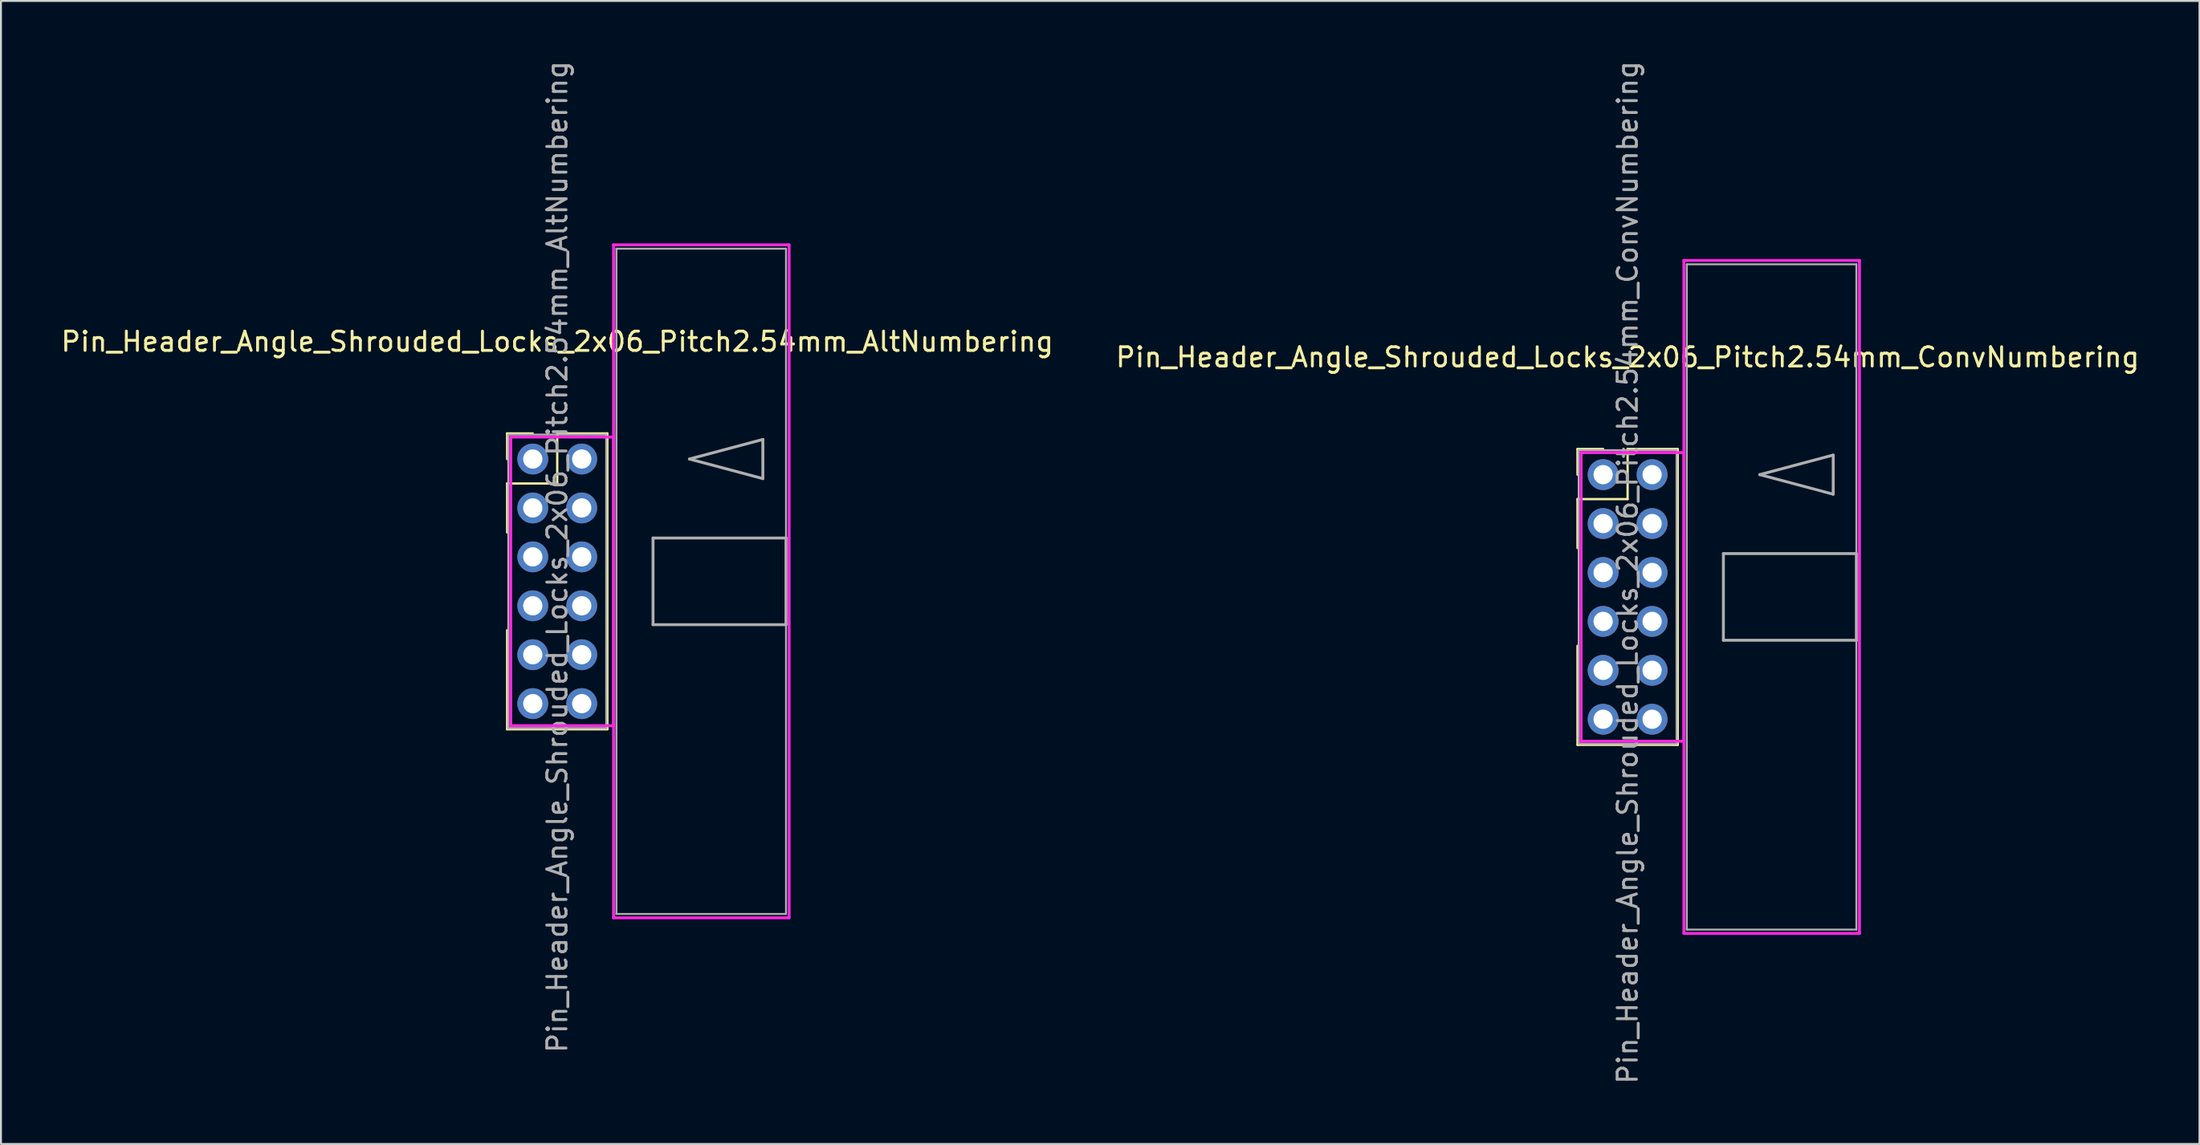
<source format=kicad_pcb>
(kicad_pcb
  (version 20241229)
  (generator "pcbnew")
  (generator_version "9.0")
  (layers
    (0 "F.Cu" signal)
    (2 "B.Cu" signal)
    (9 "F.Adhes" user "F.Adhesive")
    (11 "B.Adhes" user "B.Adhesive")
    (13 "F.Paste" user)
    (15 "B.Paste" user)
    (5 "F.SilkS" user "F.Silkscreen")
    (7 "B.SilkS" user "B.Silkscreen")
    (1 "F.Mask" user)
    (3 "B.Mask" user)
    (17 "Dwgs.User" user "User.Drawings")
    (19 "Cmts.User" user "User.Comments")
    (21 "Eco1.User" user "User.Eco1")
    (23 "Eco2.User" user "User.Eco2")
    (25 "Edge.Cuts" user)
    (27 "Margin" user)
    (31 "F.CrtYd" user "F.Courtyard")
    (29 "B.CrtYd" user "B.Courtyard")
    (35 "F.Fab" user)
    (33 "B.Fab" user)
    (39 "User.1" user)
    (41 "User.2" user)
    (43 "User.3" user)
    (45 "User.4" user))
  (footprint "Pin_Header_Angle_Shrouded_Locks_2x06_Pitch2.54mm_ConvNumbering"
    (layer "F.Cu")
    (at 80.129 21.593)
    (property "Reference" "Pin_Header_Angle_Shrouded_Locks_2x06_Pitch2.54mm_ConvNumbering" (at 1.27 -6.096 0) (layer "F.SilkS") (effects (font (size 1 1) (thickness 0.15))))
    (attr through_hole)
    (fp_line (start -1.33 -1.33) (end 0 -1.33) (stroke (width 0.12) (type solid)) (layer "F.SilkS"))
    (fp_line (start -1.33 0) (end -1.33 -1.33) (stroke (width 0.12) (type solid)) (layer "F.SilkS"))
    (fp_line (start -1.33 1.27) (end -1.33 3.81) (stroke (width 0.12) (type solid)) (layer "F.SilkS"))
    (fp_line (start -1.33 1.27) (end 1.27 1.27) (stroke (width 0.12) (type solid)) (layer "F.SilkS"))
    (fp_line (start -1.33 8.89) (end -1.33 14.03) (stroke (width 0.12) (type solid)) (layer "F.SilkS"))
    (fp_line (start -1.33 14.03) (end 3.87 14.03) (stroke (width 0.12) (type solid)) (layer "F.SilkS"))
    (fp_line (start 1.27 -1.33) (end 3.87 -1.33) (stroke (width 0.12) (type solid)) (layer "F.SilkS"))
    (fp_line (start 1.27 1.27) (end 1.27 -1.33) (stroke (width 0.12) (type solid)) (layer "F.SilkS"))
    (fp_line (start 3.87 -1.33) (end 3.87 14.03) (stroke (width 0.12) (type solid)) (layer "F.SilkS"))
    (fp_line (start -1.143 -1.143) (end -1.143 13.843) (stroke (width 0.15) (type solid)) (layer "F.CrtYd"))
    (fp_line (start -1.143 13.843) (end 4.19 13.843) (stroke (width 0.15) (type solid)) (layer "F.CrtYd"))
    (fp_line (start 4.19 -11.12) (end 4.19 23.82) (stroke (width 0.15) (type solid)) (layer "F.CrtYd"))
    (fp_line (start 4.19 -1.143) (end -1.143 -1.143) (stroke (width 0.15) (type solid)) (layer "F.CrtYd"))
    (fp_line (start 4.19 13.843) (end 4.19 -1.143) (stroke (width 0.15) (type solid)) (layer "F.CrtYd"))
    (fp_line (start 4.19 23.82) (end 13.3 23.82) (stroke (width 0.15) (type solid)) (layer "F.CrtYd"))
    (fp_line (start 13.3 -11.12) (end 4.19 -11.12) (stroke (width 0.15) (type solid)) (layer "F.CrtYd"))
    (fp_line (start 13.3 23.82) (end 13.3 -11.12) (stroke (width 0.15) (type solid)) (layer "F.CrtYd"))
    (fp_line (start -1.27 -1.27) (end -1.27 13.97) (stroke (width 0.1) (type solid)) (layer "F.Fab"))
    (fp_line (start -1.27 13.97) (end 3.81 13.97) (stroke (width 0.1) (type solid)) (layer "F.Fab"))
    (fp_line (start 3.81 -1.27) (end -1.27 -1.27) (stroke (width 0.1) (type solid)) (layer "F.Fab"))
    (fp_line (start 3.81 13.97) (end 3.81 -1.27) (stroke (width 0.1) (type solid)) (layer "F.Fab"))
    (fp_line (start 4.34 -10.92) (end 4.34 23.62) (stroke (width 0.1) (type solid)) (layer "F.Fab"))
    (fp_line (start 4.34 23.62) (end 13.14 23.62) (stroke (width 0.1) (type solid)) (layer "F.Fab"))
    (fp_line (start 6.24 4.1) (end 6.24 8.6) (stroke (width 0.15) (type solid)) (layer "F.Fab"))
    (fp_line (start 6.24 8.6) (end 13.14 8.6) (stroke (width 0.15) (type solid)) (layer "F.Fab"))
    (fp_line (start 8.128 0) (end 11.938 -1.016) (stroke (width 0.15) (type solid)) (layer "F.Fab"))
    (fp_line (start 11.938 -1.016) (end 11.938 1.016) (stroke (width 0.15) (type solid)) (layer "F.Fab"))
    (fp_line (start 11.938 1.016) (end 8.128 0) (stroke (width 0.15) (type solid)) (layer "F.Fab"))
    (fp_line (start 13.14 -10.92) (end 4.34 -10.92) (stroke (width 0.1) (type solid)) (layer "F.Fab"))
    (fp_line (start 13.14 4.1) (end 6.24 4.1) (stroke (width 0.15) (type solid)) (layer "F.Fab"))
    (fp_line (start 13.14 8.6) (end 13.14 4.1) (stroke (width 0.15) (type solid)) (layer "F.Fab"))
    (fp_line (start 13.14 23.62) (end 13.14 -10.92) (stroke (width 0.1) (type solid)) (layer "F.Fab"))
    (fp_text user "${REFERENCE}" (at 1.27 5.08 90) (layer "F.Fab") (effects (font (size 1 1) (thickness 0.15))))
    (pad "1" thru_hole oval (at 0 0) (size 1.6 1.6) (drill 1) (layers "*.Cu" "*.Mask"))
    (pad "2" thru_hole oval (at 2.54 0) (size 1.6 1.6) (drill 1) (layers "*.Cu" "*.Mask"))
    (pad "3" thru_hole oval (at 0 2.54) (size 1.6 1.6) (drill 1) (layers "*.Cu" "*.Mask"))
    (pad "4" thru_hole oval (at 2.54 2.54) (size 1.6 1.6) (drill 1) (layers "*.Cu" "*.Mask"))
    (pad "5" thru_hole oval (at 0 5.08) (size 1.6 1.6) (drill 1) (layers "*.Cu" "*.Mask"))
    (pad "6" thru_hole oval (at 2.54 5.08) (size 1.6 1.6) (drill 1) (layers "*.Cu" "*.Mask"))
    (pad "7" thru_hole oval (at 0 7.62) (size 1.6 1.6) (drill 1) (layers "*.Cu" "*.Mask"))
    (pad "8" thru_hole oval (at 2.54 7.62) (size 1.6 1.6) (drill 1) (layers "*.Cu" "*.Mask"))
    (pad "9" thru_hole oval (at 0 10.16) (size 1.6 1.6) (drill 1) (layers "*.Cu" "*.Mask"))
    (pad "10" thru_hole oval (at 2.54 10.16) (size 1.6 1.6) (drill 1) (layers "*.Cu" "*.Mask"))
    (pad "11" thru_hole oval (at 0 12.7) (size 1.6 1.6) (drill 1) (layers "*.Cu" "*.Mask"))
    (pad "12" thru_hole oval (at 2.54 12.7) (size 1.6 1.6) (drill 1) (layers "*.Cu" "*.Mask")))
  (footprint "Pin_Header_Angle_Shrouded_Locks_2x06_Pitch2.54mm_AltNumbering"
    (layer "F.Cu")
    (at 24.593 20.783)
    (property "Reference" "Pin_Header_Angle_Shrouded_Locks_2x06_Pitch2.54mm_AltNumbering" (at 1.27 -6.096 0) (layer "F.SilkS") (effects (font (size 1 1) (thickness 0.15))))
    (attr through_hole)
    (fp_line (start -1.33 -1.33) (end 0 -1.33) (stroke (width 0.12) (type solid)) (layer "F.SilkS"))
    (fp_line (start -1.33 0) (end -1.33 -1.33) (stroke (width 0.12) (type solid)) (layer "F.SilkS"))
    (fp_line (start -1.33 1.27) (end -1.33 3.81) (stroke (width 0.12) (type solid)) (layer "F.SilkS"))
    (fp_line (start -1.33 1.27) (end 1.27 1.27) (stroke (width 0.12) (type solid)) (layer "F.SilkS"))
    (fp_line (start -1.33 8.89) (end -1.33 14.03) (stroke (width 0.12) (type solid)) (layer "F.SilkS"))
    (fp_line (start -1.33 14.03) (end 3.87 14.03) (stroke (width 0.12) (type solid)) (layer "F.SilkS"))
    (fp_line (start 1.27 -1.33) (end 3.87 -1.33) (stroke (width 0.12) (type solid)) (layer "F.SilkS"))
    (fp_line (start 1.27 1.27) (end 1.27 -1.33) (stroke (width 0.12) (type solid)) (layer "F.SilkS"))
    (fp_line (start 3.87 -1.33) (end 3.87 14.03) (stroke (width 0.12) (type solid)) (layer "F.SilkS"))
    (fp_line (start -1.143 -1.143) (end -1.143 13.843) (stroke (width 0.15) (type solid)) (layer "F.CrtYd"))
    (fp_line (start -1.143 13.843) (end 4.19 13.843) (stroke (width 0.15) (type solid)) (layer "F.CrtYd"))
    (fp_line (start 4.19 -11.12) (end 4.19 23.82) (stroke (width 0.15) (type solid)) (layer "F.CrtYd"))
    (fp_line (start 4.19 -1.143) (end -1.143 -1.143) (stroke (width 0.15) (type solid)) (layer "F.CrtYd"))
    (fp_line (start 4.19 13.843) (end 4.19 -1.143) (stroke (width 0.15) (type solid)) (layer "F.CrtYd"))
    (fp_line (start 4.19 23.82) (end 13.3 23.82) (stroke (width 0.15) (type solid)) (layer "F.CrtYd"))
    (fp_line (start 13.3 -11.12) (end 4.19 -11.12) (stroke (width 0.15) (type solid)) (layer "F.CrtYd"))
    (fp_line (start 13.3 23.82) (end 13.3 -11.12) (stroke (width 0.15) (type solid)) (layer "F.CrtYd"))
    (fp_line (start -1.27 -1.27) (end -1.27 13.97) (stroke (width 0.1) (type solid)) (layer "F.Fab"))
    (fp_line (start -1.27 13.97) (end 3.81 13.97) (stroke (width 0.1) (type solid)) (layer "F.Fab"))
    (fp_line (start 3.81 -1.27) (end -1.27 -1.27) (stroke (width 0.1) (type solid)) (layer "F.Fab"))
    (fp_line (start 3.81 13.97) (end 3.81 -1.27) (stroke (width 0.1) (type solid)) (layer "F.Fab"))
    (fp_line (start 4.34 -10.92) (end 4.34 23.62) (stroke (width 0.1) (type solid)) (layer "F.Fab"))
    (fp_line (start 4.34 23.62) (end 13.14 23.62) (stroke (width 0.1) (type solid)) (layer "F.Fab"))
    (fp_line (start 6.24 4.1) (end 6.24 8.6) (stroke (width 0.15) (type solid)) (layer "F.Fab"))
    (fp_line (start 6.24 8.6) (end 13.14 8.6) (stroke (width 0.15) (type solid)) (layer "F.Fab"))
    (fp_line (start 8.128 0) (end 11.938 -1.016) (stroke (width 0.15) (type solid)) (layer "F.Fab"))
    (fp_line (start 11.938 -1.016) (end 11.938 1.016) (stroke (width 0.15) (type solid)) (layer "F.Fab"))
    (fp_line (start 11.938 1.016) (end 8.128 0) (stroke (width 0.15) (type solid)) (layer "F.Fab"))
    (fp_line (start 13.14 -10.92) (end 4.34 -10.92) (stroke (width 0.1) (type solid)) (layer "F.Fab"))
    (fp_line (start 13.14 4.1) (end 6.24 4.1) (stroke (width 0.15) (type solid)) (layer "F.Fab"))
    (fp_line (start 13.14 8.6) (end 13.14 4.1) (stroke (width 0.15) (type solid)) (layer "F.Fab"))
    (fp_line (start 13.14 23.62) (end 13.14 -10.92) (stroke (width 0.1) (type solid)) (layer "F.Fab"))
    (fp_text user "${REFERENCE}" (at 1.27 5.08 90) (layer "F.Fab") (effects (font (size 1 1) (thickness 0.15))))
    (pad "1" thru_hole oval (at 0 0) (size 1.6 1.6) (drill 1) (layers "*.Cu" "*.Mask"))
    (pad "2" thru_hole oval (at 0 2.54) (size 1.6 1.6) (drill 1) (layers "*.Cu" "*.Mask"))
    (pad "3" thru_hole oval (at 0 5.08) (size 1.6 1.6) (drill 1) (layers "*.Cu" "*.Mask"))
    (pad "4" thru_hole oval (at 0 7.62) (size 1.6 1.6) (drill 1) (layers "*.Cu" "*.Mask"))
    (pad "5" thru_hole oval (at 0 10.16) (size 1.6 1.6) (drill 1) (layers "*.Cu" "*.Mask"))
    (pad "6" thru_hole oval (at 0 12.7) (size 1.6 1.6) (drill 1) (layers "*.Cu" "*.Mask"))
    (pad "7" thru_hole oval (at 2.54 0) (size 1.6 1.6) (drill 1) (layers "*.Cu" "*.Mask"))
    (pad "8" thru_hole oval (at 2.54 2.54) (size 1.6 1.6) (drill 1) (layers "*.Cu" "*.Mask"))
    (pad "9" thru_hole oval (at 2.54 5.08) (size 1.6 1.6) (drill 1) (layers "*.Cu" "*.Mask"))
    (pad "10" thru_hole oval (at 2.54 7.62) (size 1.6 1.6) (drill 1) (layers "*.Cu" "*.Mask"))
    (pad "11" thru_hole oval (at 2.54 10.16) (size 1.6 1.6) (drill 1) (layers "*.Cu" "*.Mask"))
    (pad "12" thru_hole oval (at 2.54 12.7) (size 1.6 1.6) (drill 1) (layers "*.Cu" "*.Mask")))
  (gr_rect
    (start -3 -3)
    (end 111.071 56.345)
    (stroke (width 0.1) (type default))
    (fill no)
    (layer "Edge.Cuts")))
</source>
